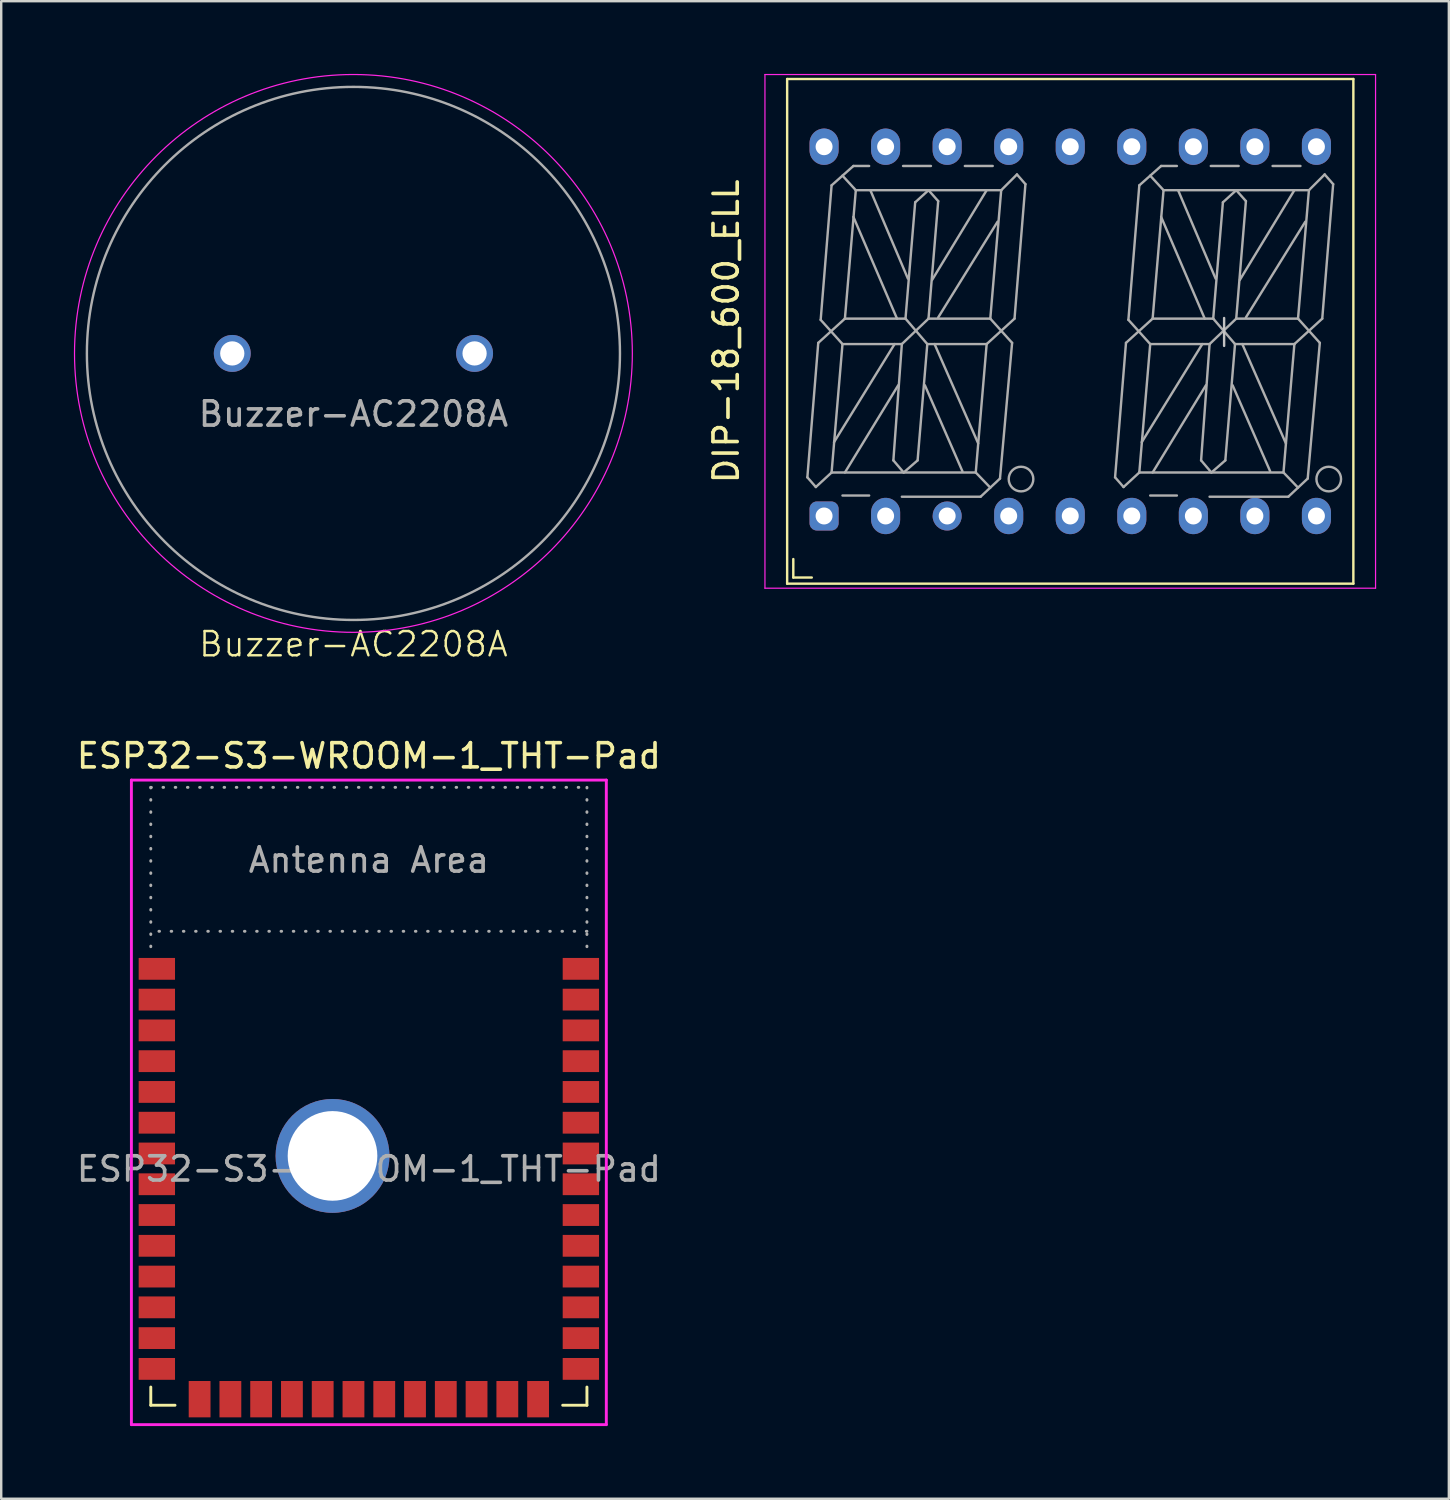
<source format=kicad_pcb>
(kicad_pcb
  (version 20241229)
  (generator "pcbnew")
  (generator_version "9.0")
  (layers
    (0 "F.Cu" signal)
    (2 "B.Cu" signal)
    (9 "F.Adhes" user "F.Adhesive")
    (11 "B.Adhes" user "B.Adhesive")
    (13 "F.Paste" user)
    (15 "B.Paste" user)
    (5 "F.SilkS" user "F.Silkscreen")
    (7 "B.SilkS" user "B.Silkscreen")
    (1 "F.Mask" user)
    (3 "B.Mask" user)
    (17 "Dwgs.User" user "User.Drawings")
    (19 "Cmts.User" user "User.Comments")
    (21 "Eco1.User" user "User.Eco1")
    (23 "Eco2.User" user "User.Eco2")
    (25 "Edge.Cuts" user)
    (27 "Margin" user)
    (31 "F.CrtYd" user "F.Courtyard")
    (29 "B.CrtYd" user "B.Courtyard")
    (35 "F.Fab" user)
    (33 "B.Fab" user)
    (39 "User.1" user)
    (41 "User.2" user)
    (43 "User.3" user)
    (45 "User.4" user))
  (footprint "DIP-18_600_ELL"
    (layer "F.Cu")
    (at 41.12 10.625)
    (property "Reference" "DIP-18_600_ELL" (at -14.2 0 90) (layer "F.SilkS") (effects (font (size 1 1) (thickness 0.15))))
    (fp_line (start -11.684 -10.414) (end -11.684 10.414) (stroke (width 0.1) (type default)) (layer "F.SilkS"))
    (fp_line (start -11.684 -10.414) (end 11.684 -10.414) (stroke (width 0.1) (type default)) (layer "F.SilkS"))
    (fp_line (start -11.684 10.414) (end 11.684 10.414) (stroke (width 0.1) (type default)) (layer "F.SilkS"))
    (fp_line (start -11.43 10.16) (end -11.43 9.398) (stroke (width 0.1) (type default)) (layer "F.SilkS"))
    (fp_line (start -11.43 10.16) (end -10.668 10.16) (stroke (width 0.1) (type default)) (layer "F.SilkS"))
    (fp_line (start 11.684 10.414) (end 11.684 -10.414) (stroke (width 0.1) (type default)) (layer "F.SilkS"))
    (fp_line (start 6.35 -0.55) (end 6.35 0.6) (stroke (width 0.1) (type default)) (layer "Dwgs.User"))
    (fp_line (start -12.6 10.6) (end -12.6 -10.6) (stroke (width 0.05) (type default)) (layer "F.CrtYd"))
    (fp_line (start 12.6 -10.6) (end -12.6 -10.6) (stroke (width 0.05) (type default)) (layer "F.CrtYd"))
    (fp_line (start 12.6 10.6) (end -12.6 10.6) (stroke (width 0.05) (type default)) (layer "F.CrtYd"))
    (fp_line (start 12.6 10.6) (end 12.6 -10.6) (stroke (width 0.05) (type default)) (layer "F.CrtYd"))
    (fp_line (start -10.85 6.025) (end -10.5 6.425) (stroke (width 0.1) (type default)) (layer "F.Fab"))
    (fp_line (start -10.5 6.425) (end -9.85 5.825) (stroke (width 0.1) (type default)) (layer "F.Fab"))
    (fp_line (start -10.4 0.475) (end -10.85 6.025) (stroke (width 0.1) (type default)) (layer "F.Fab"))
    (fp_line (start -10.3 -0.475) (end -9.4 0.525) (stroke (width 0.1) (type default)) (layer "F.Fab"))
    (fp_line (start -9.85 -6.025) (end -10.3 -0.475) (stroke (width 0.1) (type default)) (layer "F.Fab"))
    (fp_line (start -9.85 5.825) (end -3.9 5.825) (stroke (width 0.1) (type default)) (layer "F.Fab"))
    (fp_line (start -9.4 -6.425) (end -8.85 -5.825) (stroke (width 0.1) (type default)) (layer "F.Fab"))
    (fp_line (start -9.4 0.525) (end -9.85 5.825) (stroke (width 0.1) (type default)) (layer "F.Fab"))
    (fp_line (start -9.3 -0.525) (end -10.4 0.475) (stroke (width 0.1) (type default)) (layer "F.Fab"))
    (fp_line (start -9.3 -0.525) (end -6.8 -0.525) (stroke (width 0.1) (type default)) (layer "F.Fab"))
    (fp_line (start -8.95 -6.825) (end -9.85 -6.025) (stroke (width 0.1) (type default)) (layer "F.Fab"))
    (fp_line (start -8.95 -6.825) (end -8.3 -6.825) (stroke (width 0.1) (type default)) (layer "F.Fab"))
    (fp_line (start -8.85 -5.825) (end -9.3 -0.525) (stroke (width 0.1) (type default)) (layer "F.Fab"))
    (fp_line (start -8.3 6.775) (end -9.4 6.775) (stroke (width 0.1) (type default)) (layer "F.Fab"))
    (fp_line (start -8.25 -5.825) (end -6.7 -2.175) (stroke (width 0.1) (type default)) (layer "F.Fab"))
    (fp_line (start -7.3 5.325) (end -6.875 5.825) (stroke (width 0.1) (type default)) (layer "F.Fab"))
    (fp_line (start -7.25 0.525) (end -9.75 4.575) (stroke (width 0.1) (type default)) (layer "F.Fab"))
    (fp_line (start -7.15 -0.525) (end -8.95 -4.725) (stroke (width 0.1) (type default)) (layer "F.Fab"))
    (fp_line (start -7.1 2.225) (end -9.3 5.825) (stroke (width 0.1) (type default)) (layer "F.Fab"))
    (fp_line (start -6.95 0.525) (end -9.4 0.525) (stroke (width 0.1) (type default)) (layer "F.Fab"))
    (fp_line (start -6.95 0.525) (end -7.3 5.325) (stroke (width 0.1) (type default)) (layer "F.Fab"))
    (fp_line (start -6.9 -6.825) (end -5.75 -6.825) (stroke (width 0.1) (type default)) (layer "F.Fab"))
    (fp_line (start -6.875 5.825) (end -6.3 5.325) (stroke (width 0.1) (type default)) (layer "F.Fab"))
    (fp_line (start -6.8 -0.525) (end -5.9 0.525) (stroke (width 0.1) (type default)) (layer "F.Fab"))
    (fp_line (start -6.4 -5.325) (end -6.8 -0.525) (stroke (width 0.1) (type default)) (layer "F.Fab"))
    (fp_line (start -6.3 5.325) (end -5.9 0.525) (stroke (width 0.1) (type default)) (layer "F.Fab"))
    (fp_line (start -5.9 0.525) (end -3.45 0.525) (stroke (width 0.1) (type default)) (layer "F.Fab"))
    (fp_line (start -5.85 -5.825) (end -6.4 -5.325) (stroke (width 0.1) (type default)) (layer "F.Fab"))
    (fp_line (start -5.85 -0.525) (end -6.95 0.525) (stroke (width 0.1) (type default)) (layer "F.Fab"))
    (fp_line (start -5.85 -0.525) (end -5.45 -5.375) (stroke (width 0.1) (type default)) (layer "F.Fab"))
    (fp_line (start -5.6 0.525) (end -3.8 4.625) (stroke (width 0.1) (type default)) (layer "F.Fab"))
    (fp_line (start -5.45 -5.375) (end -5.85 -5.825) (stroke (width 0.1) (type default)) (layer "F.Fab"))
    (fp_line (start -5.45 -0.575) (end -3 -4.525) (stroke (width 0.1) (type default)) (layer "F.Fab"))
    (fp_line (start -4.45 5.775) (end -6 2.225) (stroke (width 0.1) (type default)) (layer "F.Fab"))
    (fp_line (start -4.35 -6.825) (end -3.2 -6.825) (stroke (width 0.1) (type default)) (layer "F.Fab"))
    (fp_line (start -3.9 5.825) (end -3.45 0.525) (stroke (width 0.1) (type default)) (layer "F.Fab"))
    (fp_line (start -3.9 5.825) (end -3.3 6.45) (stroke (width 0.1) (type default)) (layer "F.Fab"))
    (fp_line (start -3.7 6.825) (end -6.95 6.825) (stroke (width 0.1) (type default)) (layer "F.Fab"))
    (fp_line (start -3.45 -5.825) (end -5.7 -2.125) (stroke (width 0.1) (type default)) (layer "F.Fab"))
    (fp_line (start -3.45 0.525) (end -2.3 -0.525) (stroke (width 0.1) (type default)) (layer "F.Fab"))
    (fp_line (start -3.3 -0.525) (end -5.85 -0.525) (stroke (width 0.1) (type default)) (layer "F.Fab"))
    (fp_line (start -3.3 -0.525) (end -2.4 0.475) (stroke (width 0.1) (type default)) (layer "F.Fab"))
    (fp_line (start -2.9 6.075) (end -3.7 6.825) (stroke (width 0.1) (type default)) (layer "F.Fab"))
    (fp_line (start -2.85 -5.825) (end -8.85 -5.825) (stroke (width 0.1) (type default)) (layer "F.Fab"))
    (fp_line (start -2.85 -5.825) (end -3.3 -0.525) (stroke (width 0.1) (type default)) (layer "F.Fab"))
    (fp_line (start -2.4 0.475) (end -2.9 6.075) (stroke (width 0.1) (type default)) (layer "F.Fab"))
    (fp_line (start -2.3 -0.525) (end -1.85 -6.075) (stroke (width 0.1) (type default)) (layer "F.Fab"))
    (fp_line (start -2.2 -6.475) (end -2.85 -5.825) (stroke (width 0.1) (type default)) (layer "F.Fab"))
    (fp_line (start -1.85 -6.075) (end -2.2 -6.475) (stroke (width 0.1) (type default)) (layer "F.Fab"))
    (fp_line (start 1.85 6.025) (end 2.2 6.425) (stroke (width 0.1) (type default)) (layer "F.Fab"))
    (fp_line (start 2.2 6.425) (end 2.85 5.825) (stroke (width 0.1) (type default)) (layer "F.Fab"))
    (fp_line (start 2.3 0.475) (end 1.85 6.025) (stroke (width 0.1) (type default)) (layer "F.Fab"))
    (fp_line (start 2.4 -0.475) (end 3.3 0.525) (stroke (width 0.1) (type default)) (layer "F.Fab"))
    (fp_line (start 2.85 -6.025) (end 2.4 -0.475) (stroke (width 0.1) (type default)) (layer "F.Fab"))
    (fp_line (start 2.85 5.825) (end 8.8 5.825) (stroke (width 0.1) (type default)) (layer "F.Fab"))
    (fp_line (start 3.3 -6.425) (end 3.85 -5.825) (stroke (width 0.1) (type default)) (layer "F.Fab"))
    (fp_line (start 3.3 0.525) (end 2.85 5.825) (stroke (width 0.1) (type default)) (layer "F.Fab"))
    (fp_line (start 3.4 -0.525) (end 2.3 0.475) (stroke (width 0.1) (type default)) (layer "F.Fab"))
    (fp_line (start 3.4 -0.525) (end 5.9 -0.525) (stroke (width 0.1) (type default)) (layer "F.Fab"))
    (fp_line (start 3.75 -6.825) (end 2.85 -6.025) (stroke (width 0.1) (type default)) (layer "F.Fab"))
    (fp_line (start 3.75 -6.825) (end 4.4 -6.825) (stroke (width 0.1) (type default)) (layer "F.Fab"))
    (fp_line (start 3.85 -5.825) (end 3.4 -0.525) (stroke (width 0.1) (type default)) (layer "F.Fab"))
    (fp_line (start 4.4 6.775) (end 3.3 6.775) (stroke (width 0.1) (type default)) (layer "F.Fab"))
    (fp_line (start 4.45 -5.825) (end 6 -2.175) (stroke (width 0.1) (type default)) (layer "F.Fab"))
    (fp_line (start 5.4 5.325) (end 5.825 5.825) (stroke (width 0.1) (type default)) (layer "F.Fab"))
    (fp_line (start 5.45 0.525) (end 2.95 4.575) (stroke (width 0.1) (type default)) (layer "F.Fab"))
    (fp_line (start 5.55 -0.525) (end 3.75 -4.725) (stroke (width 0.1) (type default)) (layer "F.Fab"))
    (fp_line (start 5.6 2.225) (end 3.4 5.825) (stroke (width 0.1) (type default)) (layer "F.Fab"))
    (fp_line (start 5.75 0.525) (end 3.3 0.525) (stroke (width 0.1) (type default)) (layer "F.Fab"))
    (fp_line (start 5.75 0.525) (end 5.4 5.325) (stroke (width 0.1) (type default)) (layer "F.Fab"))
    (fp_line (start 5.8 -6.825) (end 6.95 -6.825) (stroke (width 0.1) (type default)) (layer "F.Fab"))
    (fp_line (start 5.825 5.825) (end 6.4 5.325) (stroke (width 0.1) (type default)) (layer "F.Fab"))
    (fp_line (start 5.9 -0.525) (end 6.8 0.525) (stroke (width 0.1) (type default)) (layer "F.Fab"))
    (fp_line (start 6.3 -5.325) (end 5.9 -0.525) (stroke (width 0.1) (type default)) (layer "F.Fab"))
    (fp_line (start 6.4 5.325) (end 6.8 0.525) (stroke (width 0.1) (type default)) (layer "F.Fab"))
    (fp_line (start 6.8 0.525) (end 9.25 0.525) (stroke (width 0.1) (type default)) (layer "F.Fab"))
    (fp_line (start 6.85 -5.825) (end 6.3 -5.325) (stroke (width 0.1) (type default)) (layer "F.Fab"))
    (fp_line (start 6.85 -0.525) (end 5.75 0.525) (stroke (width 0.1) (type default)) (layer "F.Fab"))
    (fp_line (start 6.85 -0.525) (end 7.25 -5.375) (stroke (width 0.1) (type default)) (layer "F.Fab"))
    (fp_line (start 7.1 0.525) (end 8.9 4.625) (stroke (width 0.1) (type default)) (layer "F.Fab"))
    (fp_line (start 7.25 -5.375) (end 6.85 -5.825) (stroke (width 0.1) (type default)) (layer "F.Fab"))
    (fp_line (start 7.25 -0.575) (end 9.7 -4.525) (stroke (width 0.1) (type default)) (layer "F.Fab"))
    (fp_line (start 8.25 5.775) (end 6.7 2.225) (stroke (width 0.1) (type default)) (layer "F.Fab"))
    (fp_line (start 8.35 -6.825) (end 9.5 -6.825) (stroke (width 0.1) (type default)) (layer "F.Fab"))
    (fp_line (start 8.8 5.825) (end 9.25 0.525) (stroke (width 0.1) (type default)) (layer "F.Fab"))
    (fp_line (start 8.8 5.825) (end 9.4 6.45) (stroke (width 0.1) (type default)) (layer "F.Fab"))
    (fp_line (start 9 6.825) (end 5.75 6.825) (stroke (width 0.1) (type default)) (layer "F.Fab"))
    (fp_line (start 9.25 -5.825) (end 7 -2.125) (stroke (width 0.1) (type default)) (layer "F.Fab"))
    (fp_line (start 9.25 0.525) (end 10.4 -0.525) (stroke (width 0.1) (type default)) (layer "F.Fab"))
    (fp_line (start 9.4 -0.525) (end 6.85 -0.525) (stroke (width 0.1) (type default)) (layer "F.Fab"))
    (fp_line (start 9.4 -0.525) (end 10.3 0.475) (stroke (width 0.1) (type default)) (layer "F.Fab"))
    (fp_line (start 9.8 6.075) (end 9 6.825) (stroke (width 0.1) (type default)) (layer "F.Fab"))
    (fp_line (start 9.85 -5.825) (end 3.85 -5.825) (stroke (width 0.1) (type default)) (layer "F.Fab"))
    (fp_line (start 9.85 -5.825) (end 9.4 -0.525) (stroke (width 0.1) (type default)) (layer "F.Fab"))
    (fp_line (start 10.3 0.475) (end 9.8 6.075) (stroke (width 0.1) (type default)) (layer "F.Fab"))
    (fp_line (start 10.4 -0.525) (end 10.85 -6.075) (stroke (width 0.1) (type default)) (layer "F.Fab"))
    (fp_line (start 10.5 -6.475) (end 9.85 -5.825) (stroke (width 0.1) (type default)) (layer "F.Fab"))
    (fp_line (start 10.85 -6.075) (end 10.5 -6.475) (stroke (width 0.1) (type default)) (layer "F.Fab"))
    (fp_circle (center -2.032 6.096) (end -1.524 6.096) (stroke (width 0.1) (type default)) (fill no) (layer "F.Fab"))
    (fp_circle (center 10.668 6.096) (end 11.176 6.096) (stroke (width 0.1) (type default)) (fill no) (layer "F.Fab"))
    (pad "" thru_hole circle (at -5.08 7.62) (size 1.2 1.2) (drill 0.7) (layers "*.Cu" "*.Mask"))
    (pad "1" thru_hole roundrect (at -10.16 7.62) (size 1.2 1.2) (drill 0.7) (layers "*.Cu" "*.Mask") (roundrect_rratio 0.25))
    (pad "2" thru_hole oval (at -7.62 7.62) (size 1.2 1.5) (drill 0.7) (layers "*.Cu" "*.Mask"))
    (pad "4" thru_hole oval (at -2.54 7.62) (size 1.2 1.5) (drill 0.7) (layers "*.Cu" "*.Mask"))
    (pad "5" thru_hole oval (at 0 7.62) (size 1.2 1.5) (drill 0.7) (layers "*.Cu" "*.Mask"))
    (pad "6" thru_hole oval (at 2.54 7.62) (size 1.2 1.5) (drill 0.7) (layers "*.Cu" "*.Mask"))
    (pad "7" thru_hole oval (at 5.08 7.62) (size 1.2 1.5) (drill 0.7) (layers "*.Cu" "*.Mask"))
    (pad "8" thru_hole oval (at 7.62 7.62) (size 1.2 1.5) (drill 0.7) (layers "*.Cu" "*.Mask"))
    (pad "9" thru_hole oval (at 10.16 7.62) (size 1.2 1.5) (drill 0.7) (layers "*.Cu" "*.Mask"))
    (pad "10" thru_hole oval (at 10.16 -7.62) (size 1.2 1.5) (drill 0.7) (layers "*.Cu" "*.Mask"))
    (pad "11" thru_hole oval (at 7.62 -7.62) (size 1.2 1.5) (drill 0.7) (layers "*.Cu" "*.Mask"))
    (pad "12" thru_hole oval (at 5.08 -7.62) (size 1.2 1.5) (drill 0.7) (layers "*.Cu" "*.Mask"))
    (pad "13" thru_hole oval (at 2.54 -7.62) (size 1.2 1.5) (drill 0.7) (layers "*.Cu" "*.Mask"))
    (pad "14" thru_hole oval (at 0 -7.62) (size 1.2 1.5) (drill 0.7) (layers "*.Cu" "*.Mask"))
    (pad "15" thru_hole oval (at -2.54 -7.62) (size 1.2 1.5) (drill 0.7) (layers "*.Cu" "*.Mask"))
    (pad "16" thru_hole oval (at -5.08 -7.62) (size 1.2 1.5) (drill 0.7) (layers "*.Cu" "*.Mask"))
    (pad "17" thru_hole oval (at -7.62 -7.62) (size 1.2 1.5) (drill 0.7) (layers "*.Cu" "*.Mask"))
    (pad "18" thru_hole oval (at -10.16 -7.62) (size 1.2 1.5) (drill 0.7) (layers "*.Cu" "*.Mask")))
  (footprint "ESP32-S3-WROOM-1_THT-Pad"
    (layer "F.Cu")
    (at 12.173 45.195)
    (property "Reference" "ESP32-S3-WROOM-1_THT-Pad" (at 0 -17.05 0) (layer "F.SilkS") (effects (font (size 1 1) (thickness 0.15))))
    (attr smd)
    (fp_line (start -9 9) (end -9 9.75) (stroke (width 0.12) (type solid)) (layer "F.SilkS"))
    (fp_line (start -9 9.75) (end -8 9.75) (stroke (width 0.12) (type solid)) (layer "F.SilkS"))
    (fp_line (start 9 9) (end 9 9.75) (stroke (width 0.12) (type solid)) (layer "F.SilkS"))
    (fp_line (start 9 9.75) (end 8 9.75) (stroke (width 0.12) (type solid)) (layer "F.SilkS"))
    (fp_line (start -9 -15.75) (end 9 -15.75) (stroke (width 0.12) (type solid)) (layer "Eco2.User"))
    (fp_line (start -9 -9.81) (end 9 -9.81) (stroke (width 0.12) (type solid)) (layer "Eco2.User"))
    (fp_line (start -9 9.75) (end -9 -15.75) (stroke (width 0.12) (type solid)) (layer "Eco2.User"))
    (fp_line (start 9 -15.75) (end 9 9.75) (stroke (width 0.12) (type solid)) (layer "Eco2.User"))
    (fp_line (start 9 9.75) (end -9 9.75) (stroke (width 0.12) (type solid)) (layer "Eco2.User"))
    (fp_line (start -9.8 -16.05) (end -9.8 10.55) (stroke (width 0.12) (type solid)) (layer "F.CrtYd"))
    (fp_line (start -9.8 10.55) (end 9.8 10.55) (stroke (width 0.12) (type solid)) (layer "F.CrtYd"))
    (fp_line (start 9.8 -16.05) (end -9.8 -16.05) (stroke (width 0.12) (type solid)) (layer "F.CrtYd"))
    (fp_line (start 9.8 -16.05) (end 9.8 10.55) (stroke (width 0.12) (type solid)) (layer "F.CrtYd"))
    (fp_line (start -9 -15.75) (end -9 -9) (stroke (width 0.12) (type dot)) (layer "F.Fab"))
    (fp_line (start -9 -15.75) (end 9 -15.75) (stroke (width 0.12) (type dot)) (layer "F.Fab"))
    (fp_line (start 9 -15.75) (end 9 -9) (stroke (width 0.12) (type dot)) (layer "F.Fab"))
    (fp_line (start 9 -9.81) (end -9 -9.81) (stroke (width 0.12) (type dot)) (layer "F.Fab"))
    (fp_text user "Antenna Area" (at 0 -12.75 0) (layer "Eco2.User") (effects (font (size 1 1) (thickness 0.15))))
    (fp_text user "${REFERENCE}" (at 0 0 0) (layer "F.Fab") (effects (font (size 1 1) (thickness 0.15))))
    (fp_text user "Antenna Area" (at 0 -12.75 0) (layer "F.Fab") (effects (font (size 1 1) (thickness 0.15))))
    (pad "1" smd rect (at -8.75 -8.26) (size 1.5 0.9) (layers "F.Cu" "F.Mask" "F.Paste"))
    (pad "2" smd rect (at -8.75 -6.99) (size 1.5 0.9) (layers "F.Cu" "F.Mask" "F.Paste"))
    (pad "3" smd rect (at -8.75 -5.72) (size 1.5 0.9) (layers "F.Cu" "F.Mask" "F.Paste"))
    (pad "4" smd rect (at -8.75 -4.45) (size 1.5 0.9) (layers "F.Cu" "F.Mask" "F.Paste"))
    (pad "5" smd rect (at -8.75 -3.18) (size 1.5 0.9) (layers "F.Cu" "F.Mask" "F.Paste"))
    (pad "6" smd rect (at -8.75 -1.91) (size 1.5 0.9) (layers "F.Cu" "F.Mask" "F.Paste"))
    (pad "7" smd rect (at -8.75 -0.64) (size 1.5 0.9) (layers "F.Cu" "F.Mask" "F.Paste"))
    (pad "8" smd rect (at -8.75 0.63) (size 1.5 0.9) (layers "F.Cu" "F.Mask" "F.Paste"))
    (pad "9" smd rect (at -8.75 1.9) (size 1.5 0.9) (layers "F.Cu" "F.Mask" "F.Paste"))
    (pad "10" smd rect (at -8.75 3.17) (size 1.5 0.9) (layers "F.Cu" "F.Mask" "F.Paste"))
    (pad "11" smd rect (at -8.75 4.44) (size 1.5 0.9) (layers "F.Cu" "F.Mask" "F.Paste"))
    (pad "12" smd rect (at -8.75 5.71) (size 1.5 0.9) (layers "F.Cu" "F.Mask" "F.Paste"))
    (pad "13" smd rect (at -8.75 6.98) (size 1.5 0.9) (layers "F.Cu" "F.Mask" "F.Paste"))
    (pad "14" smd rect (at -8.75 8.25) (size 1.5 0.9) (layers "F.Cu" "F.Mask" "F.Paste"))
    (pad "15" smd rect (at -6.985 9.5 90) (size 1.5 0.9) (layers "F.Cu" "F.Mask" "F.Paste"))
    (pad "16" smd rect (at -5.715 9.5 90) (size 1.5 0.9) (layers "F.Cu" "F.Mask" "F.Paste"))
    (pad "17" smd rect (at -4.445 9.5 90) (size 1.5 0.9) (layers "F.Cu" "F.Mask" "F.Paste"))
    (pad "18" smd rect (at -3.175 9.5 90) (size 1.5 0.9) (layers "F.Cu" "F.Mask" "F.Paste"))
    (pad "19" smd rect (at -1.905 9.5 90) (size 1.5 0.9) (layers "F.Cu" "F.Mask" "F.Paste"))
    (pad "20" smd rect (at -0.635 9.5 90) (size 1.5 0.9) (layers "F.Cu" "F.Mask" "F.Paste"))
    (pad "21" smd rect (at 0.635 9.5 90) (size 1.5 0.9) (layers "F.Cu" "F.Mask" "F.Paste"))
    (pad "22" smd rect (at 1.905 9.5 90) (size 1.5 0.9) (layers "F.Cu" "F.Mask" "F.Paste"))
    (pad "23" smd rect (at 3.175 9.5 90) (size 1.5 0.9) (layers "F.Cu" "F.Mask" "F.Paste"))
    (pad "24" smd rect (at 4.445 9.5 90) (size 1.5 0.9) (layers "F.Cu" "F.Mask" "F.Paste"))
    (pad "25" smd rect (at 5.715 9.5 90) (size 1.5 0.9) (layers "F.Cu" "F.Mask" "F.Paste"))
    (pad "26" smd rect (at 6.985 9.5 90) (size 1.5 0.9) (layers "F.Cu" "F.Mask" "F.Paste"))
    (pad "27" smd rect (at 8.75 8.25 180) (size 1.5 0.9) (layers "F.Cu" "F.Mask" "F.Paste"))
    (pad "28" smd rect (at 8.75 6.98 180) (size 1.5 0.9) (layers "F.Cu" "F.Mask" "F.Paste"))
    (pad "29" smd rect (at 8.75 5.71 180) (size 1.5 0.9) (layers "F.Cu" "F.Mask" "F.Paste"))
    (pad "30" smd rect (at 8.75 4.44 180) (size 1.5 0.9) (layers "F.Cu" "F.Mask" "F.Paste"))
    (pad "31" smd rect (at 8.75 3.17 180) (size 1.5 0.9) (layers "F.Cu" "F.Mask" "F.Paste"))
    (pad "32" smd rect (at 8.75 1.9 180) (size 1.5 0.9) (layers "F.Cu" "F.Mask" "F.Paste"))
    (pad "33" smd rect (at 8.75 0.63 180) (size 1.5 0.9) (layers "F.Cu" "F.Mask" "F.Paste"))
    (pad "34" smd rect (at 8.75 -0.64 180) (size 1.5 0.9) (layers "F.Cu" "F.Mask" "F.Paste"))
    (pad "35" smd rect (at 8.75 -1.91 180) (size 1.5 0.9) (layers "F.Cu" "F.Mask" "F.Paste"))
    (pad "36" smd rect (at 8.75 -3.18 180) (size 1.5 0.9) (layers "F.Cu" "F.Mask" "F.Paste"))
    (pad "37" smd rect (at 8.75 -4.45 180) (size 1.5 0.9) (layers "F.Cu" "F.Mask" "F.Paste"))
    (pad "38" smd rect (at 8.75 -5.72 180) (size 1.5 0.9) (layers "F.Cu" "F.Mask" "F.Paste"))
    (pad "39" smd rect (at 8.75 -6.99 180) (size 1.5 0.9) (layers "F.Cu" "F.Mask" "F.Paste"))
    (pad "40" smd rect (at 8.75 -8.26 180) (size 1.5 0.9) (layers "F.Cu" "F.Mask" "F.Paste"))
    (pad "41" thru_hole circle (at -1.5 -0.54) (size 4.7 4.7) (drill 3.7) (layers "*.Cu" "*.Mask"))
    (zone (net_name "") (layers "F.Cu" "B.Cu") (name "antenna keepout") (hatch edge 0.508) (connect_pads) (min_thickness 0.254) (filled_areas_thickness no) (keepout (tracks not_allowed) (vias not_allowed) (pads not_allowed) (copperpour not_allowed) (footprints not_allowed)) (placement (enabled no)) (fill) (polygon (pts (xy 21.173 35.395) (xy 3.173 35.395) (xy 3.173 29.445) (xy 21.173 29.445)))))
  (footprint "Buzzer-AC2208A"
    (layer "F.Cu")
    (at 11.536 11.536)
    (property "Reference" "Buzzer-AC2208A" (at 0 12 0) (unlocked yes) (layer "F.SilkS") (effects (font (size 1 1) (thickness 0.1))))
    (attr through_hole)
    (fp_circle (center 0 0) (end 11.5 0.5) (stroke (width 0.05) (type default)) (fill no) (layer "F.CrtYd"))
    (fp_circle (center 0 0) (end 11 0) (stroke (width 0.1) (type default)) (fill no) (layer "F.Fab"))
    (fp_text user "${REFERENCE}" (at 0 2.5 0) (unlocked yes) (layer "F.Fab") (effects (font (size 1 1) (thickness 0.15))))
    (pad "1" thru_hole circle (at -5 0) (size 1.524 1.524) (drill 1) (layers "*.Cu" "*.Mask"))
    (pad "2" thru_hole circle (at 5 0) (size 1.524 1.524) (drill 1) (layers "*.Cu" "*.Mask")))
  (gr_rect
    (start -3 -3)
    (end 56.745 58.805)
    (stroke (width 0.1) (type default))
    (fill no)
    (layer "Edge.Cuts")))
</source>
